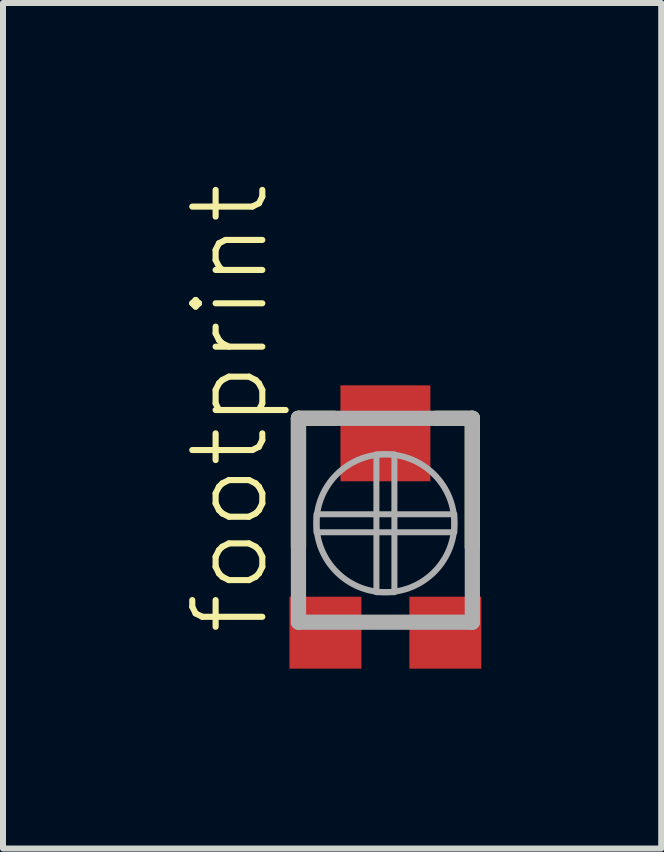
<source format=kicad_pcb>
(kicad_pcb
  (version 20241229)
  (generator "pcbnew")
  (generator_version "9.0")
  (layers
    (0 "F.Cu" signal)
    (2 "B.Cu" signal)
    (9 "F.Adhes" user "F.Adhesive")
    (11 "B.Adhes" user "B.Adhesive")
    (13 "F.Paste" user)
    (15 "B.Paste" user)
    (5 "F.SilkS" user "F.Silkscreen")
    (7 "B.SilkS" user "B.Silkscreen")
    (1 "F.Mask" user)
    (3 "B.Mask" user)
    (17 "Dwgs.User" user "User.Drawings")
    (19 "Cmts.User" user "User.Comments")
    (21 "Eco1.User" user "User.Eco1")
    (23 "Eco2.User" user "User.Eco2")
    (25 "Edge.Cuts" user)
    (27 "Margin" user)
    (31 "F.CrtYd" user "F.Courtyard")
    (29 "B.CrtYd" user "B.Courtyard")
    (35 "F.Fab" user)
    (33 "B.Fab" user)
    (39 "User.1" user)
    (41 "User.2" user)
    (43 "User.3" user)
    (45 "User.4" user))
  (footprint "footprint"
    (layer "F.Cu")
    (at 3.378 5.677)
    (property "Reference" "footprint" (at -1.905 1.905 90) (layer "F.SilkS") (effects (font (size 1.168 1.168) (thickness 0.102)) (justify left bottom)))
    (fp_line (start -1.45 -1.75) (end -0.85 -1.75) (stroke (width 0.254) (type solid)) (layer "F.SilkS"))
    (fp_line (start -1.45 0.4) (end -1.45 -1.75) (stroke (width 0.254) (type solid)) (layer "F.SilkS"))
    (fp_line (start 1.45 -1.75) (end 0.85 -1.75) (stroke (width 0.254) (type solid)) (layer "F.SilkS"))
    (fp_line (start 1.45 0.4) (end 1.45 -1.75) (stroke (width 0.254) (type solid)) (layer "F.SilkS"))
    (fp_line (start -1.45 -1.75) (end -1.45 1.65) (stroke (width 0.254) (type solid)) (layer "F.Fab"))
    (fp_line (start -1.45 1.65) (end 1.45 1.65) (stroke (width 0.254) (type solid)) (layer "F.Fab"))
    (fp_line (start 1.45 -1.75) (end -1.45 -1.75) (stroke (width 0.254) (type solid)) (layer "F.Fab"))
    (fp_line (start 1.45 1.65) (end 1.45 -1.75) (stroke (width 0.254) (type solid)) (layer "F.Fab"))
    (fp_circle (center 0 0) (end 1.15 0) (stroke (width 0.102) (type solid)) (fill no) (layer "F.Fab"))
    (fp_poly (pts (xy -1.15 0.15) (xy 1.15 0.15) (xy 1.15 -0.15) (xy -1.15 -0.15)) (stroke (width 0.1) (type solid)) (fill no) (layer "F.Fab"))
    (fp_poly (pts (xy -0.15 1.15) (xy 0.15 1.15) (xy 0.15 -1.15) (xy -0.15 -1.15)) (stroke (width 0.1) (type solid)) (fill no) (layer "F.Fab"))
    (pad "1" smd rect (at -1 1.825) (size 1.2 1.2) (layers "F.Cu" "F.Mask" "F.Paste"))
    (pad "2" smd rect (at 0 -1.5) (size 1.5 1.6) (layers "F.Cu" "F.Mask" "F.Paste"))
    (pad "3" smd rect (at 1 1.825) (size 1.2 1.2) (layers "F.Cu" "F.Mask" "F.Paste")))
  (gr_rect
    (start -3 -3)
    (end 7.978 11.102)
    (stroke (width 0.1) (type default))
    (fill no)
    (layer "Edge.Cuts")))
</source>
